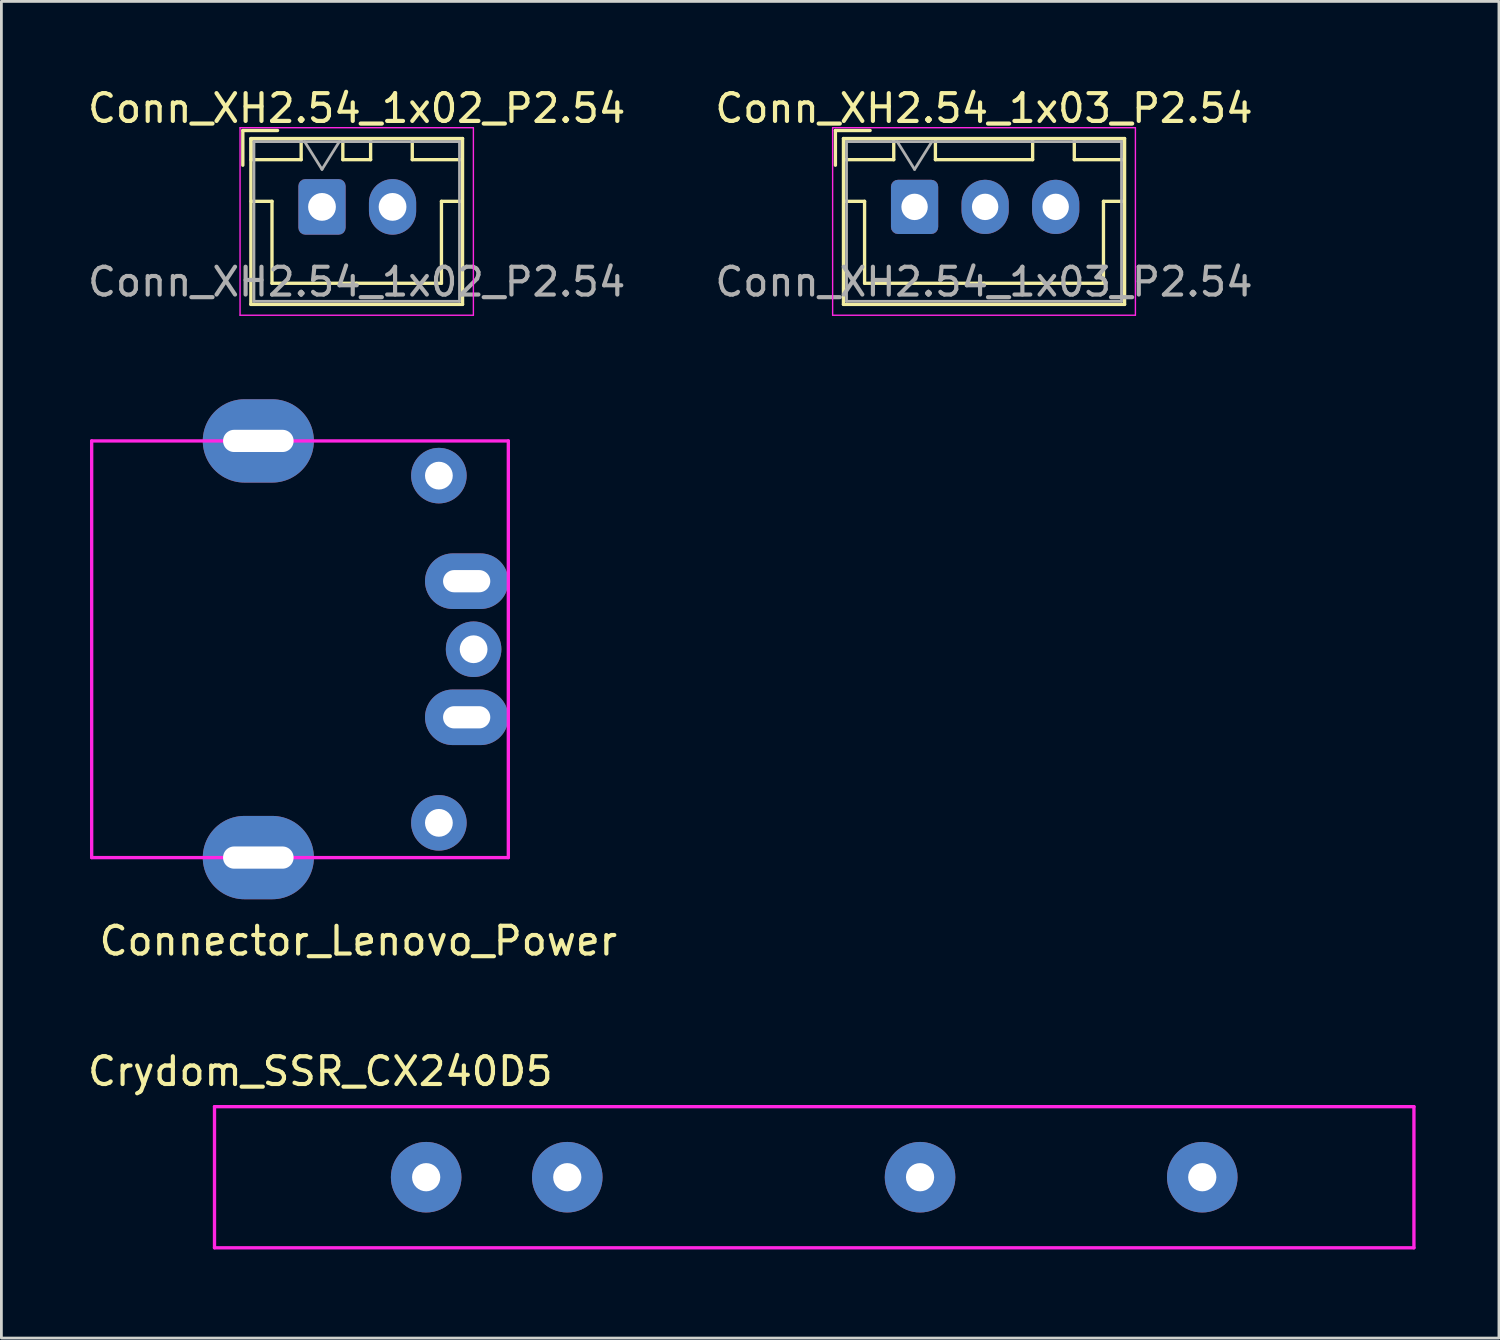
<source format=kicad_pcb>
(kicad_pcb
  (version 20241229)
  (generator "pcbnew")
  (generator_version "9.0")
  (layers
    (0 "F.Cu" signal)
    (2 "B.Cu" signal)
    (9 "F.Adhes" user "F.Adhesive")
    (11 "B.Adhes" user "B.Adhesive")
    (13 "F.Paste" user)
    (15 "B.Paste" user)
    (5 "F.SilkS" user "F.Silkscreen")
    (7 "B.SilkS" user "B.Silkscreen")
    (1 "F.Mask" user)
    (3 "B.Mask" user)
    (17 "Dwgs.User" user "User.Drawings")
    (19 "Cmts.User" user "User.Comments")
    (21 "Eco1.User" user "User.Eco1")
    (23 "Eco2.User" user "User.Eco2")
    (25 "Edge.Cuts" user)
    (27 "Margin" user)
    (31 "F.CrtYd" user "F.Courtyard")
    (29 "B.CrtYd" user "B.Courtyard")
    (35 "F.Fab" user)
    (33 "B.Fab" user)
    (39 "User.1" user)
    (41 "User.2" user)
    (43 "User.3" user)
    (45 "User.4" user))
  (footprint "Crydom_SSR_CX240D5"
    (layer "F.Cu")
    (at 4.672 41.87)
    (property "Reference" "Crydom_SSR_CX240D5" (at 3.81 -6.35 0) (layer "F.SilkS") (effects (font (size 1 1) (thickness 0.15))))
    (attr through_hole)
    (fp_line (start 0 -5.08) (end 0 0) (stroke (width 0.12) (type solid)) (layer "F.CrtYd"))
    (fp_line (start 0 0) (end 43.18 0) (stroke (width 0.12) (type solid)) (layer "F.CrtYd"))
    (fp_line (start 43.18 -5.08) (end 0 -5.08) (stroke (width 0.12) (type solid)) (layer "F.CrtYd"))
    (fp_line (start 43.18 0) (end 43.18 -5.08) (stroke (width 0.12) (type solid)) (layer "F.CrtYd"))
    (pad "1" thru_hole circle (at 35.56 -2.54) (size 2.54 2.54) (drill 1.016) (layers "*.Cu" "*.Mask"))
    (pad "2" thru_hole circle (at 25.4 -2.54) (size 2.54 2.54) (drill 1.016) (layers "*.Cu" "*.Mask"))
    (pad "3" thru_hole circle (at 12.7 -2.54) (size 2.54 2.54) (drill 1.016) (layers "*.Cu" "*.Mask"))
    (pad "4" thru_hole circle (at 7.62 -2.54) (size 2.54 2.54) (drill 1.016) (layers "*.Cu" "*.Mask")))
  (footprint "Conn_XH2.54_1x02_P2.54"
    (layer "F.Cu")
    (at 9.812 4.398)
    (property "Reference" "Conn_XH2.54_1x02_P2.54" (at -0.02 -3.55 0) (layer "F.SilkS") (effects (font (size 1 1) (thickness 0.15))))
    (attr through_hole)
    (fp_line (start -4.12 -2.75) (end -4.12 -1.5) (stroke (width 0.12) (type solid)) (layer "F.SilkS"))
    (fp_line (start -3.83 -2.46) (end -3.83 3.51) (stroke (width 0.12) (type solid)) (layer "F.SilkS"))
    (fp_line (start -3.83 3.51) (end 3.79 3.51) (stroke (width 0.12) (type solid)) (layer "F.SilkS"))
    (fp_line (start -3.82 -2.45) (end -3.82 -1.7) (stroke (width 0.12) (type solid)) (layer "F.SilkS"))
    (fp_line (start -3.82 -1.7) (end -2.02 -1.7) (stroke (width 0.12) (type solid)) (layer "F.SilkS"))
    (fp_line (start -3.82 -0.2) (end -3.07 -0.2) (stroke (width 0.12) (type solid)) (layer "F.SilkS"))
    (fp_line (start -3.07 -0.2) (end -3.07 2.75) (stroke (width 0.12) (type solid)) (layer "F.SilkS"))
    (fp_line (start -3.07 2.75) (end -0.02 2.75) (stroke (width 0.12) (type solid)) (layer "F.SilkS"))
    (fp_line (start -2.87 -2.75) (end -4.12 -2.75) (stroke (width 0.12) (type solid)) (layer "F.SilkS"))
    (fp_line (start -2.02 -2.45) (end -3.82 -2.45) (stroke (width 0.12) (type solid)) (layer "F.SilkS"))
    (fp_line (start -2.02 -1.7) (end -2.02 -2.45) (stroke (width 0.12) (type solid)) (layer "F.SilkS"))
    (fp_line (start -0.52 -2.45) (end -0.52 -1.7) (stroke (width 0.12) (type solid)) (layer "F.SilkS"))
    (fp_line (start -0.52 -1.7) (end 0.48 -1.7) (stroke (width 0.12) (type solid)) (layer "F.SilkS"))
    (fp_line (start 0.48 -2.45) (end -0.52 -2.45) (stroke (width 0.12) (type solid)) (layer "F.SilkS"))
    (fp_line (start 0.48 -1.7) (end 0.48 -2.45) (stroke (width 0.12) (type solid)) (layer "F.SilkS"))
    (fp_line (start 1.98 -2.45) (end 1.98 -1.7) (stroke (width 0.12) (type solid)) (layer "F.SilkS"))
    (fp_line (start 1.98 -1.7) (end 3.78 -1.7) (stroke (width 0.12) (type solid)) (layer "F.SilkS"))
    (fp_line (start 3.03 -0.2) (end 3.03 2.75) (stroke (width 0.12) (type solid)) (layer "F.SilkS"))
    (fp_line (start 3.03 2.75) (end -0.02 2.75) (stroke (width 0.12) (type solid)) (layer "F.SilkS"))
    (fp_line (start 3.78 -2.45) (end 1.98 -2.45) (stroke (width 0.12) (type solid)) (layer "F.SilkS"))
    (fp_line (start 3.78 -1.7) (end 3.78 -2.45) (stroke (width 0.12) (type solid)) (layer "F.SilkS"))
    (fp_line (start 3.78 -0.2) (end 3.03 -0.2) (stroke (width 0.12) (type solid)) (layer "F.SilkS"))
    (fp_line (start 3.79 -2.46) (end -3.83 -2.46) (stroke (width 0.12) (type solid)) (layer "F.SilkS"))
    (fp_line (start 3.79 3.51) (end 3.79 -2.46) (stroke (width 0.12) (type solid)) (layer "F.SilkS"))
    (fp_line (start -4.22 -2.85) (end -4.22 3.9) (stroke (width 0.05) (type solid)) (layer "F.CrtYd"))
    (fp_line (start -4.22 3.9) (end 4.18 3.9) (stroke (width 0.05) (type solid)) (layer "F.CrtYd"))
    (fp_line (start 4.18 -2.85) (end -4.22 -2.85) (stroke (width 0.05) (type solid)) (layer "F.CrtYd"))
    (fp_line (start 4.18 3.9) (end 4.18 -2.85) (stroke (width 0.05) (type solid)) (layer "F.CrtYd"))
    (fp_line (start -3.72 -2.35) (end -3.72 3.4) (stroke (width 0.1) (type solid)) (layer "F.Fab"))
    (fp_line (start -3.72 3.4) (end 3.68 3.4) (stroke (width 0.1) (type solid)) (layer "F.Fab"))
    (fp_line (start -1.895 -2.35) (end -1.27 -1.35) (stroke (width 0.1) (type solid)) (layer "F.Fab"))
    (fp_line (start -1.27 -1.35) (end -0.645 -2.35) (stroke (width 0.1) (type solid)) (layer "F.Fab"))
    (fp_line (start 3.68 -2.35) (end -3.72 -2.35) (stroke (width 0.1) (type solid)) (layer "F.Fab"))
    (fp_line (start 3.68 3.4) (end 3.68 -2.35) (stroke (width 0.1) (type solid)) (layer "F.Fab"))
    (fp_text user "${REFERENCE}" (at -0.02 2.7 0) (layer "F.Fab") (effects (font (size 1 1) (thickness 0.15))))
    (pad "1" thru_hole roundrect (at -1.27 0) (size 1.7 2) (drill 1) (layers "*.Cu" "*.Mask") (roundrect_rratio 0.147))
    (pad "2" thru_hole oval (at 1.27 0) (size 1.7 2) (drill 1) (layers "*.Cu" "*.Mask")))
  (footprint "Conn_XH2.54_1x03_P2.54"
    (layer "F.Cu")
    (at 32.415 4.398)
    (property "Reference" "Conn_XH2.54_1x03_P2.54" (at -0.04 -3.55 0) (layer "F.SilkS") (effects (font (size 1 1) (thickness 0.15))))
    (attr through_hole)
    (fp_line (start -5.39 -2.75) (end -5.39 -1.5) (stroke (width 0.12) (type solid)) (layer "F.SilkS"))
    (fp_line (start -5.1 -2.46) (end -5.1 3.51) (stroke (width 0.12) (type solid)) (layer "F.SilkS"))
    (fp_line (start -5.1 3.51) (end 5.02 3.51) (stroke (width 0.12) (type solid)) (layer "F.SilkS"))
    (fp_line (start -5.09 -2.45) (end -5.09 -1.7) (stroke (width 0.12) (type solid)) (layer "F.SilkS"))
    (fp_line (start -5.09 -1.7) (end -3.29 -1.7) (stroke (width 0.12) (type solid)) (layer "F.SilkS"))
    (fp_line (start -5.09 -0.2) (end -4.34 -0.2) (stroke (width 0.12) (type solid)) (layer "F.SilkS"))
    (fp_line (start -4.34 -0.2) (end -4.34 2.75) (stroke (width 0.12) (type solid)) (layer "F.SilkS"))
    (fp_line (start -4.34 2.75) (end -0.04 2.75) (stroke (width 0.12) (type solid)) (layer "F.SilkS"))
    (fp_line (start -4.14 -2.75) (end -5.39 -2.75) (stroke (width 0.12) (type solid)) (layer "F.SilkS"))
    (fp_line (start -3.29 -2.45) (end -5.09 -2.45) (stroke (width 0.12) (type solid)) (layer "F.SilkS"))
    (fp_line (start -3.29 -1.7) (end -3.29 -2.45) (stroke (width 0.12) (type solid)) (layer "F.SilkS"))
    (fp_line (start -1.79 -2.45) (end -1.79 -1.7) (stroke (width 0.12) (type solid)) (layer "F.SilkS"))
    (fp_line (start -1.79 -1.7) (end 1.71 -1.7) (stroke (width 0.12) (type solid)) (layer "F.SilkS"))
    (fp_line (start 1.71 -2.45) (end -1.79 -2.45) (stroke (width 0.12) (type solid)) (layer "F.SilkS"))
    (fp_line (start 1.71 -1.7) (end 1.71 -2.45) (stroke (width 0.12) (type solid)) (layer "F.SilkS"))
    (fp_line (start 3.21 -2.45) (end 3.21 -1.7) (stroke (width 0.12) (type solid)) (layer "F.SilkS"))
    (fp_line (start 3.21 -1.7) (end 5.01 -1.7) (stroke (width 0.12) (type solid)) (layer "F.SilkS"))
    (fp_line (start 4.26 -0.2) (end 4.26 2.75) (stroke (width 0.12) (type solid)) (layer "F.SilkS"))
    (fp_line (start 4.26 2.75) (end -0.04 2.75) (stroke (width 0.12) (type solid)) (layer "F.SilkS"))
    (fp_line (start 5.01 -2.45) (end 3.21 -2.45) (stroke (width 0.12) (type solid)) (layer "F.SilkS"))
    (fp_line (start 5.01 -1.7) (end 5.01 -2.45) (stroke (width 0.12) (type solid)) (layer "F.SilkS"))
    (fp_line (start 5.01 -0.2) (end 4.26 -0.2) (stroke (width 0.12) (type solid)) (layer "F.SilkS"))
    (fp_line (start 5.02 -2.46) (end -5.1 -2.46) (stroke (width 0.12) (type solid)) (layer "F.SilkS"))
    (fp_line (start 5.02 3.51) (end 5.02 -2.46) (stroke (width 0.12) (type solid)) (layer "F.SilkS"))
    (fp_line (start -5.49 -2.85) (end -5.49 3.9) (stroke (width 0.05) (type solid)) (layer "F.CrtYd"))
    (fp_line (start -5.49 3.9) (end 5.41 3.9) (stroke (width 0.05) (type solid)) (layer "F.CrtYd"))
    (fp_line (start 5.41 -2.85) (end -5.49 -2.85) (stroke (width 0.05) (type solid)) (layer "F.CrtYd"))
    (fp_line (start 5.41 3.9) (end 5.41 -2.85) (stroke (width 0.05) (type solid)) (layer "F.CrtYd"))
    (fp_line (start -4.99 -2.35) (end -4.99 3.4) (stroke (width 0.1) (type solid)) (layer "F.Fab"))
    (fp_line (start -4.99 3.4) (end 4.91 3.4) (stroke (width 0.1) (type solid)) (layer "F.Fab"))
    (fp_line (start -3.165 -2.35) (end -2.54 -1.35) (stroke (width 0.1) (type solid)) (layer "F.Fab"))
    (fp_line (start -2.54 -1.35) (end -1.915 -2.35) (stroke (width 0.1) (type solid)) (layer "F.Fab"))
    (fp_line (start 4.91 -2.35) (end -4.99 -2.35) (stroke (width 0.1) (type solid)) (layer "F.Fab"))
    (fp_line (start 4.91 3.4) (end 4.91 -2.35) (stroke (width 0.1) (type solid)) (layer "F.Fab"))
    (fp_text user "${REFERENCE}" (at -0.04 2.7 0) (layer "F.Fab") (effects (font (size 1 1) (thickness 0.15))))
    (pad "1" thru_hole roundrect (at -2.54 0) (size 1.7 1.95) (drill 0.95) (layers "*.Cu" "*.Mask") (roundrect_rratio 0.147))
    (pad "2" thru_hole oval (at 0 0) (size 1.7 1.95) (drill 0.95) (layers "*.Cu" "*.Mask"))
    (pad "3" thru_hole oval (at 2.54 0) (size 1.7 1.95) (drill 0.95) (layers "*.Cu" "*.Mask")))
  (footprint "Connector_Lenovo_Power"
    (layer "F.Cu")
    (at 0.25 27.823)
    (property "Reference" "Connector_Lenovo_Power" (at 9.6 3 0) (layer "F.SilkS") (effects (font (size 1 1) (thickness 0.15))))
    (attr through_hole)
    (fp_line (start 0 -15) (end 15 -15) (stroke (width 0.12) (type solid)) (layer "F.CrtYd"))
    (fp_line (start 0 0) (end 0 -15) (stroke (width 0.12) (type solid)) (layer "F.CrtYd"))
    (fp_line (start 0 0) (end 15 0) (stroke (width 0.12) (type solid)) (layer "F.CrtYd"))
    (fp_line (start 15 -15) (end 15 0) (stroke (width 0.12) (type solid)) (layer "F.CrtYd"))
    (pad "1" thru_hole oval (at 6 -15) (size 4 3) (drill oval 2.54 0.8) (layers "*.Cu" "*.Mask"))
    (pad "1" thru_hole oval (at 6 0) (size 4 3) (drill oval 2.54 0.8) (layers "*.Cu" "*.Mask"))
    (pad "1" thru_hole circle (at 12.5 -13.75) (size 2 2) (drill 1) (layers "*.Cu" "*.Mask"))
    (pad "1" thru_hole circle (at 12.5 -1.25) (size 2 2) (drill 1) (layers "*.Cu" "*.Mask"))
    (pad "2" thru_hole oval (at 13.5 -9.95) (size 3 2) (drill oval 1.7 0.8) (layers "*.Cu" "*.Mask"))
    (pad "3" thru_hole oval (at 13.5 -5.05) (size 3 2) (drill oval 1.7 0.8) (layers "*.Cu" "*.Mask"))
    (pad "4" thru_hole oval (at 13.75 -7.5) (size 2 2) (drill oval 1) (layers "*.Cu" "*.Mask")))
  (gr_rect
    (start -3 -3)
    (end 50.912 45.12)
    (stroke (width 0.1) (type default))
    (fill no)
    (layer "Edge.Cuts")))
</source>
